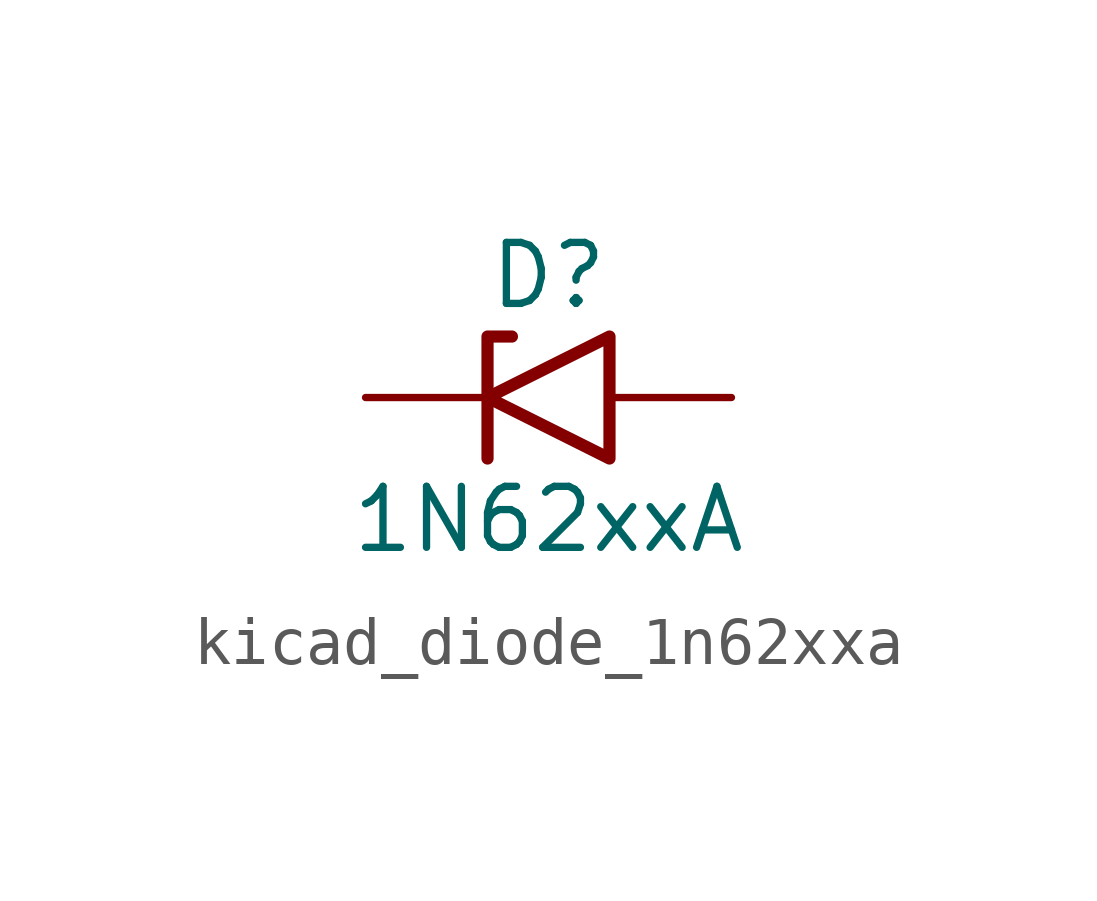
<source format=kicad_sym>
(kicad_symbol_lib
  (version 20220914)
  (generator kicad_symbol_editor)
  (symbol "kicad_diode_1n62xxa"
    (pin_numbers hide)
    (pin_names
      (offset 1.016) hide)
    (property "Reference" "D"
      (at 0 2.54 0)
      (effects (font (size 1.27 1.27))))
    (property "Value" "1N62xxA"
      (at 0 -2.54 0)
      (effects (font (size 1.27 1.27))))
    (symbol "kicad_diode_1n62xxa_0_1"
      (polyline (pts (xy -0.762 1.27) (xy -1.27 1.27) (xy -1.27 -1.27)) (stroke (width 0.254) (type default)) (fill (type none)))
      (polyline (pts (xy 1.27 1.27) (xy 1.27 -1.27) (xy -1.27 0) (xy 1.27 1.27)) (stroke (width 0.254) (type default)) (fill (type none))))
    (symbol "kicad_diode_1n62xxa_1_1"
      (pin passive line (at -3.81 0 0) (length 2.54) (name "A1" (effects (font (size 1.27 1.27)))) (number "1" (effects (font (size 1.27 1.27)))))
      (pin passive line (at 3.81 0 180) (length 2.54) (name "A2" (effects (font (size 1.27 1.27)))) (number "2" (effects (font (size 1.27 1.27))))))))
</source>
